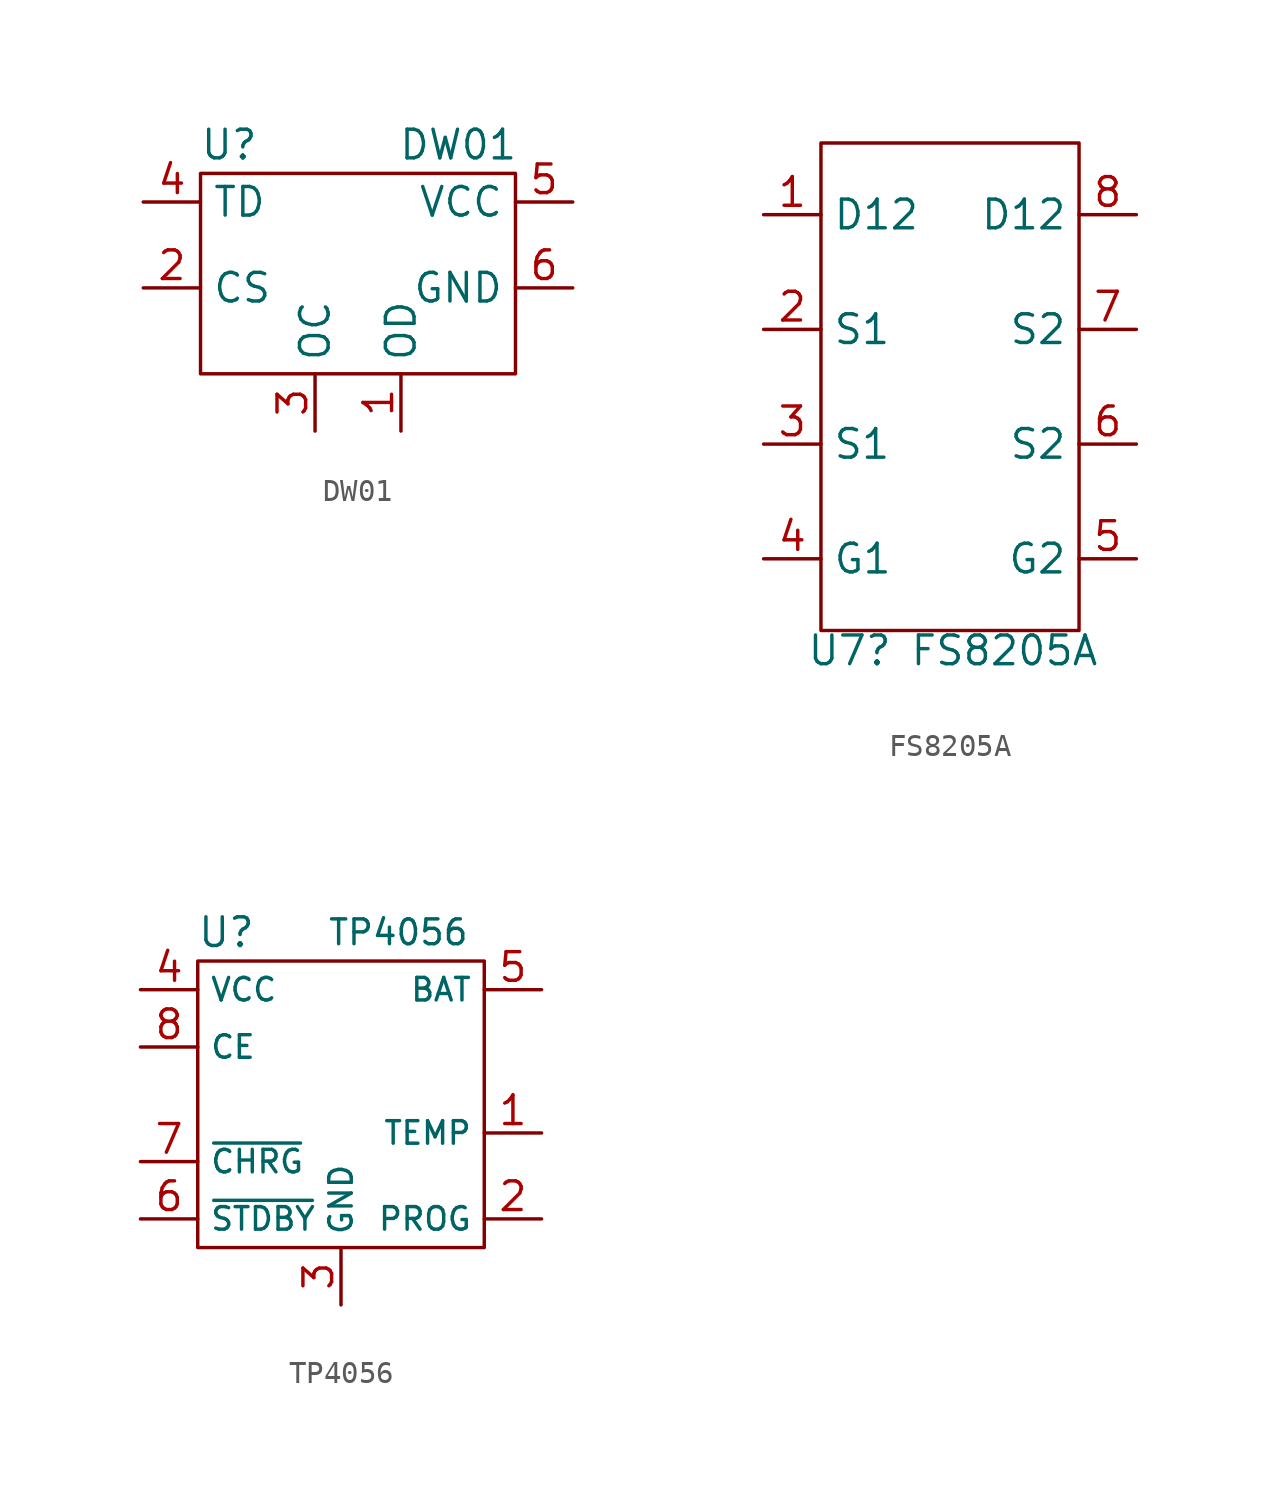
<source format=kicad_sym>
(kicad_symbol_lib
  (version 20241209)
  (generator "kicad_symbol_editor")
  (generator_version "9.0")
  (symbol "DW01"
    (property "Reference" "U"
      (at 1.27 10.16 0)
      (effects (font (size 1.27 1.27))))
    (property "Value" "DW01"
      (at 11.43 10.16 0)
      (effects (font (size 1.27 1.27))))
    (symbol "DW01_0_1"
      (rectangle (start 0 8.89) (end 13.97 0) (stroke (width 0) (type default)) (fill (type none))))
    (symbol "DW01_1_1"
      (pin input line (at -2.54 7.62 0) (length 2.54) (name "TD" (effects (font (size 1.27 1.27)))) (number "4" (effects (font (size 1.27 1.27)))))
      (pin input line (at -2.54 3.81 0) (length 2.54) (name "CS" (effects (font (size 1.27 1.27)))) (number "2" (effects (font (size 1.27 1.27)))))
      (pin input line (at 5.08 -2.54 90) (length 2.54) (name "OC" (effects (font (size 1.27 1.27)))) (number "3" (effects (font (size 1.27 1.27)))))
      (pin input line (at 8.89 -2.54 90) (length 2.54) (name "OD" (effects (font (size 1.27 1.27)))) (number "1" (effects (font (size 1.27 1.27)))))
      (pin input line (at 16.51 7.62 180) (length 2.54) (name "VCC" (effects (font (size 1.27 1.27)))) (number "5" (effects (font (size 1.27 1.27)))))
      (pin input line (at 16.51 3.81 180) (length 2.54) (name "GND" (effects (font (size 1.27 1.27)))) (number "6" (effects (font (size 1.27 1.27)))))))
  (symbol "FS8205A"
    (property "Reference" "U7"
      (at -5.08 -10.414 0)
      (effects (font (size 1.27 1.27))))
    (property "Value" "FS8205A"
      (at 1.778 -10.414 0)
      (effects (font (size 1.27 1.27))))
    (symbol "FS8205A_0_1"
      (rectangle (start -6.35 12.065) (end 5.08 -9.525) (stroke (width 0) (type default)) (fill (type none))))
    (symbol "FS8205A_1_1"
      (pin input line (at -8.89 8.89 0) (length 2.54) (name "D12" (effects (font (size 1.27 1.27)))) (number "1" (effects (font (size 1.27 1.27)))))
      (pin input line (at -8.89 3.81 0) (length 2.54) (name "S1" (effects (font (size 1.27 1.27)))) (number "2" (effects (font (size 1.27 1.27)))))
      (pin input line (at -8.89 -1.27 0) (length 2.54) (name "S1" (effects (font (size 1.27 1.27)))) (number "3" (effects (font (size 1.27 1.27)))))
      (pin input line (at -8.89 -6.35 0) (length 2.54) (name "G1" (effects (font (size 1.27 1.27)))) (number "4" (effects (font (size 1.27 1.27)))))
      (pin input line (at 7.62 8.89 180) (length 2.54) (name "D12" (effects (font (size 1.27 1.27)))) (number "8" (effects (font (size 1.27 1.27)))))
      (pin input line (at 7.62 3.81 180) (length 2.54) (name "S2" (effects (font (size 1.27 1.27)))) (number "7" (effects (font (size 1.27 1.27)))))
      (pin input line (at 7.62 -1.27 180) (length 2.54) (name "S2" (effects (font (size 1.27 1.27)))) (number "6" (effects (font (size 1.27 1.27)))))
      (pin input line (at 7.62 -6.35 180) (length 2.54) (name "G2" (effects (font (size 1.27 1.27)))) (number "5" (effects (font (size 1.27 1.27)))))))
  (symbol "TP4056"
    (property "Reference" "U"
      (at 1.27 13.97 0)
      (effects (font (size 1.27 1.27))))
    (property "Value" "TP4056"
      (at 8.89 13.97 0)
      (effects (font (size 1.1 1.1))))
    (symbol "TP4056_0_1"
      (rectangle (start 0 12.7) (end 12.7 0) (stroke (width 0) (type default)) (fill (type none))))
    (symbol "TP4056_1_1"
      (pin input line (at -2.54 11.43 0) (length 2.54) (name "VCC" (effects (font (size 1 1)))) (number "4" (effects (font (size 1.27 1.27)))))
      (pin input line (at -2.54 8.89 0) (length 2.54) (name "CE" (effects (font (size 1 1)))) (number "8" (effects (font (size 1.27 1.27)))))
      (pin input line (at -2.54 3.81 0) (length 2.54) (name "~{CHRG}" (effects (font (size 1 1)))) (number "7" (effects (font (size 1.27 1.27)))))
      (pin input line (at -2.54 1.27 0) (length 2.54) (name "~{STDBY}" (effects (font (size 1 1)))) (number "6" (effects (font (size 1.27 1.27)))))
      (pin input line (at 6.35 -2.54 90) (length 2.54) (name "GND" (effects (font (size 1 1)))) (number "3" (effects (font (size 1.27 1.27)))))
      (pin input line (at 15.24 11.43 180) (length 2.54) (name "BAT" (effects (font (size 1 1)))) (number "5" (effects (font (size 1.27 1.27)))))
      (pin input line (at 15.24 5.08 180) (length 2.54) (name "TEMP" (effects (font (size 1 1)))) (number "1" (effects (font (size 1.27 1.27)))))
      (pin input line (at 15.24 1.27 180) (length 2.54) (name "PROG" (effects (font (size 1 1)))) (number "2" (effects (font (size 1.27 1.27))))))))
</source>
